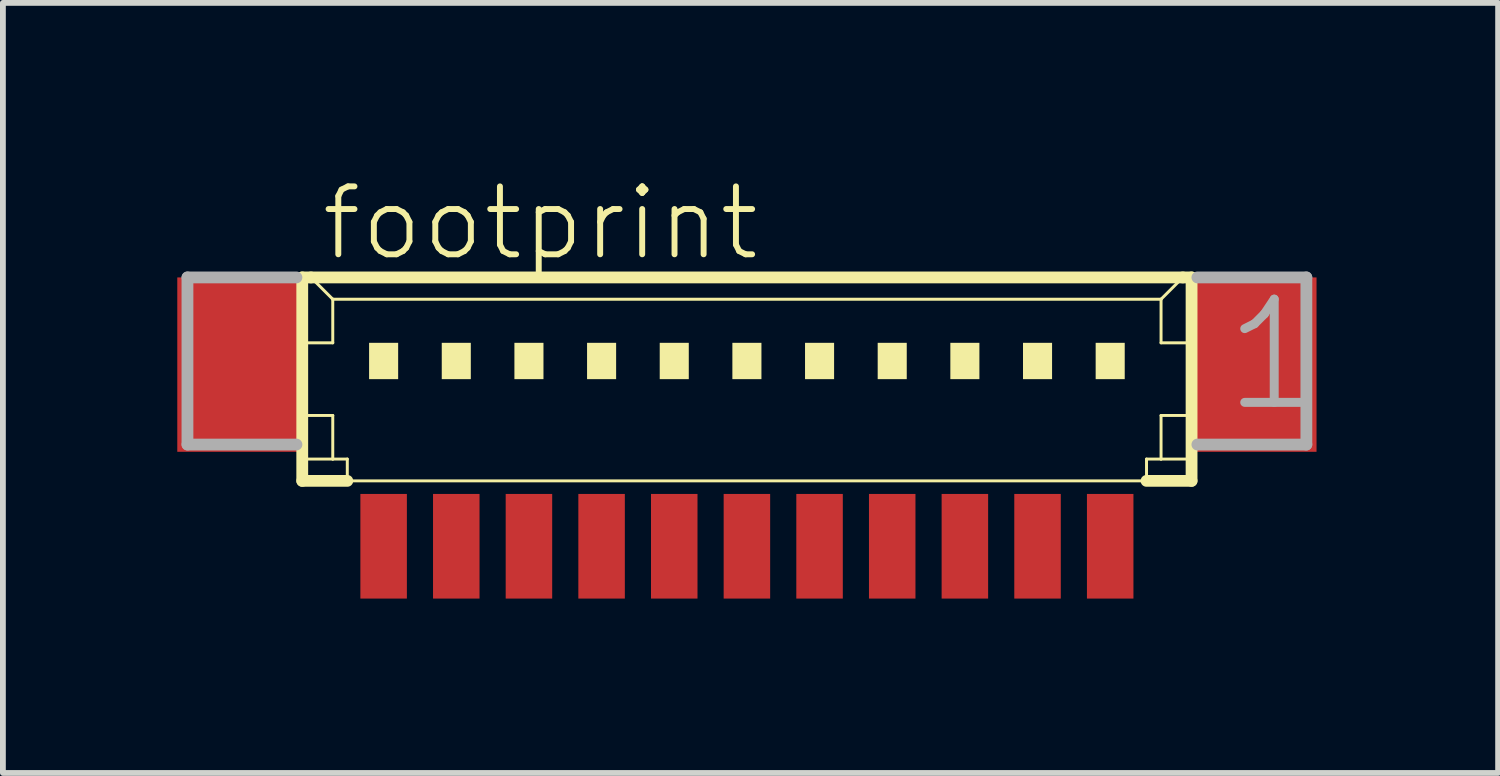
<source format=kicad_pcb>
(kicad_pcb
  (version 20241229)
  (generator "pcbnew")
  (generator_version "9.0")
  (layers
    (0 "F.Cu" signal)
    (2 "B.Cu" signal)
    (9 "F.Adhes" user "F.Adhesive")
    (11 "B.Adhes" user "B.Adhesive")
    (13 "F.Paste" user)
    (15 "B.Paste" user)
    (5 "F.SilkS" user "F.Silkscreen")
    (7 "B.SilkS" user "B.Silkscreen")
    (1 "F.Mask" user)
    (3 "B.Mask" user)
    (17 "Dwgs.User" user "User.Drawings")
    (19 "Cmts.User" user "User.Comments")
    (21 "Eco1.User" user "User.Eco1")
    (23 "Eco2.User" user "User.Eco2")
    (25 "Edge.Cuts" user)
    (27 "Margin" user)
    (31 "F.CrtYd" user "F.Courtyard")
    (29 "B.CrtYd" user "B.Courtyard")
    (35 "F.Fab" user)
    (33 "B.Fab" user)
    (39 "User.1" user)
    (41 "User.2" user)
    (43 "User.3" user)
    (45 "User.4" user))
  (footprint "footprint"
    (layer "F.Cu")
    (at 9.8 3.848)
    (property "Reference" "footprint" (at -7.375 -2.375 0) (layer "F.SilkS") (effects (font (size 1.168 1.168) (thickness 0.102)) (justify left bottom)))
    (fp_line (start -7.65 -2.125) (end -7.65 1.375) (stroke (width 0.203) (type solid)) (layer "F.SilkS"))
    (fp_line (start -7.65 1.375) (end -6.875 1.375) (stroke (width 0.203) (type solid)) (layer "F.SilkS"))
    (fp_line (start -7.625 -1) (end -7.125 -1) (stroke (width 0.051) (type solid)) (layer "F.SilkS"))
    (fp_line (start -7.625 0.25) (end -7.125 0.25) (stroke (width 0.051) (type solid)) (layer "F.SilkS"))
    (fp_line (start -7.625 1) (end -7.125 1) (stroke (width 0.051) (type solid)) (layer "F.SilkS"))
    (fp_line (start -7.5 -2.125) (end -7.65 -2.125) (stroke (width 0.203) (type solid)) (layer "F.SilkS"))
    (fp_line (start -7.125 -1.75) (end -7.5 -2.125) (stroke (width 0.051) (type solid)) (layer "F.SilkS"))
    (fp_line (start -7.125 -1.75) (end 7.125 -1.75) (stroke (width 0.051) (type solid)) (layer "F.SilkS"))
    (fp_line (start -7.125 -1) (end -7.125 -1.75) (stroke (width 0.051) (type solid)) (layer "F.SilkS"))
    (fp_line (start -7.125 0.25) (end -7.125 1) (stroke (width 0.051) (type solid)) (layer "F.SilkS"))
    (fp_line (start -7.125 1) (end -6.875 1) (stroke (width 0.051) (type solid)) (layer "F.SilkS"))
    (fp_line (start -6.875 1) (end -6.875 1.375) (stroke (width 0.051) (type solid)) (layer "F.SilkS"))
    (fp_line (start -6.875 1.375) (end 6.875 1.375) (stroke (width 0.051) (type solid)) (layer "F.SilkS"))
    (fp_line (start 6.875 1) (end 6.875 1.375) (stroke (width 0.051) (type solid)) (layer "F.SilkS"))
    (fp_line (start 6.875 1) (end 7.125 1) (stroke (width 0.051) (type solid)) (layer "F.SilkS"))
    (fp_line (start 6.875 1.375) (end 7.65 1.375) (stroke (width 0.203) (type solid)) (layer "F.SilkS"))
    (fp_line (start 7.125 -1.75) (end 7.125 -1) (stroke (width 0.051) (type solid)) (layer "F.SilkS"))
    (fp_line (start 7.125 -1.75) (end 7.5 -2.125) (stroke (width 0.051) (type solid)) (layer "F.SilkS"))
    (fp_line (start 7.125 -1) (end 7.625 -1) (stroke (width 0.051) (type solid)) (layer "F.SilkS"))
    (fp_line (start 7.125 0.25) (end 7.125 1) (stroke (width 0.051) (type solid)) (layer "F.SilkS"))
    (fp_line (start 7.125 0.25) (end 7.625 0.25) (stroke (width 0.051) (type solid)) (layer "F.SilkS"))
    (fp_line (start 7.125 1) (end 7.625 1) (stroke (width 0.051) (type solid)) (layer "F.SilkS"))
    (fp_line (start 7.5 -2.125) (end -7.5 -2.125) (stroke (width 0.203) (type solid)) (layer "F.SilkS"))
    (fp_line (start 7.65 -2.125) (end 7.5 -2.125) (stroke (width 0.203) (type solid)) (layer "F.SilkS"))
    (fp_line (start 7.65 1.375) (end 7.65 -2.125) (stroke (width 0.203) (type solid)) (layer "F.SilkS"))
    (fp_poly (pts (xy -6.5 -0.375) (xy -6 -0.375) (xy -6 -1) (xy -6.5 -1)) (stroke (width 0) (type solid)) (fill yes) (layer "F.SilkS"))
    (fp_poly (pts (xy -5.25 -0.375) (xy -4.75 -0.375) (xy -4.75 -1) (xy -5.25 -1)) (stroke (width 0) (type solid)) (fill yes) (layer "F.SilkS"))
    (fp_poly (pts (xy -4 -0.375) (xy -3.5 -0.375) (xy -3.5 -1) (xy -4 -1)) (stroke (width 0) (type solid)) (fill yes) (layer "F.SilkS"))
    (fp_poly (pts (xy -2.75 -0.375) (xy -2.25 -0.375) (xy -2.25 -1) (xy -2.75 -1)) (stroke (width 0) (type solid)) (fill yes) (layer "F.SilkS"))
    (fp_poly (pts (xy -1.5 -0.375) (xy -1 -0.375) (xy -1 -1) (xy -1.5 -1)) (stroke (width 0) (type solid)) (fill yes) (layer "F.SilkS"))
    (fp_poly (pts (xy -0.25 -0.375) (xy 0.25 -0.375) (xy 0.25 -1) (xy -0.25 -1)) (stroke (width 0) (type solid)) (fill yes) (layer "F.SilkS"))
    (fp_poly (pts (xy 1 -0.375) (xy 1.5 -0.375) (xy 1.5 -1) (xy 1 -1)) (stroke (width 0) (type solid)) (fill yes) (layer "F.SilkS"))
    (fp_poly (pts (xy 2.25 -0.375) (xy 2.75 -0.375) (xy 2.75 -1) (xy 2.25 -1)) (stroke (width 0) (type solid)) (fill yes) (layer "F.SilkS"))
    (fp_poly (pts (xy 3.5 -0.375) (xy 4 -0.375) (xy 4 -1) (xy 3.5 -1)) (stroke (width 0) (type solid)) (fill yes) (layer "F.SilkS"))
    (fp_poly (pts (xy 4.75 -0.375) (xy 5.25 -0.375) (xy 5.25 -1) (xy 4.75 -1)) (stroke (width 0) (type solid)) (fill yes) (layer "F.SilkS"))
    (fp_poly (pts (xy 6 -0.375) (xy 6.5 -0.375) (xy 6.5 -1) (xy 6 -1)) (stroke (width 0) (type solid)) (fill yes) (layer "F.SilkS"))
    (fp_line (start -9.625 -2.125) (end -9.625 0.75) (stroke (width 0.203) (type solid)) (layer "F.Fab"))
    (fp_line (start -9.625 0.75) (end -7.75 0.75) (stroke (width 0.203) (type solid)) (layer "F.Fab"))
    (fp_line (start -7.75 -2.125) (end -9.625 -2.125) (stroke (width 0.203) (type solid)) (layer "F.Fab"))
    (fp_line (start 7.75 0.75) (end 9.625 0.75) (stroke (width 0.203) (type solid)) (layer "F.Fab"))
    (fp_line (start 9.625 -2.125) (end 7.75 -2.125) (stroke (width 0.203) (type solid)) (layer "F.Fab"))
    (fp_line (start 9.625 0.75) (end 9.625 -2.125) (stroke (width 0.203) (type solid)) (layer "F.Fab"))
    (fp_text user "1" (at 8.125 0.25 0) (layer "F.Fab") (effects (font (size 1.776 1.776) (thickness 0.154)) (justify left bottom)))
    (pad "1" smd rect (at 6.25 2.5) (size 0.8 1.8) (layers "F.Cu" "F.Mask" "F.Paste"))
    (pad "2" smd rect (at 5 2.5) (size 0.8 1.8) (layers "F.Cu" "F.Mask" "F.Paste"))
    (pad "3" smd rect (at 3.75 2.5) (size 0.8 1.8) (layers "F.Cu" "F.Mask" "F.Paste"))
    (pad "4" smd rect (at 2.5 2.5) (size 0.8 1.8) (layers "F.Cu" "F.Mask" "F.Paste"))
    (pad "5" smd rect (at 1.25 2.5) (size 0.8 1.8) (layers "F.Cu" "F.Mask" "F.Paste"))
    (pad "6" smd rect (at 0 2.5) (size 0.8 1.8) (layers "F.Cu" "F.Mask" "F.Paste"))
    (pad "7" smd rect (at -1.25 2.5) (size 0.8 1.8) (layers "F.Cu" "F.Mask" "F.Paste"))
    (pad "8" smd rect (at -2.5 2.5) (size 0.8 1.8) (layers "F.Cu" "F.Mask" "F.Paste"))
    (pad "9" smd rect (at -3.75 2.5) (size 0.8 1.8) (layers "F.Cu" "F.Mask" "F.Paste"))
    (pad "10" smd rect (at -5 2.5) (size 0.8 1.8) (layers "F.Cu" "F.Mask" "F.Paste"))
    (pad "11" smd rect (at -6.25 2.5) (size 0.8 1.8) (layers "F.Cu" "F.Mask" "F.Paste"))
    (pad "S1" smd rect (at 8.75 -0.625) (size 2.1 3) (layers "F.Cu" "F.Mask" "F.Paste"))
    (pad "S2" smd rect (at -8.75 -0.625) (size 2.1 3) (layers "F.Cu" "F.Mask" "F.Paste")))
  (gr_rect
    (start -3 -3)
    (end 22.724 10.248)
    (stroke (width 0.1) (type default))
    (fill no)
    (layer "Edge.Cuts")))
</source>
